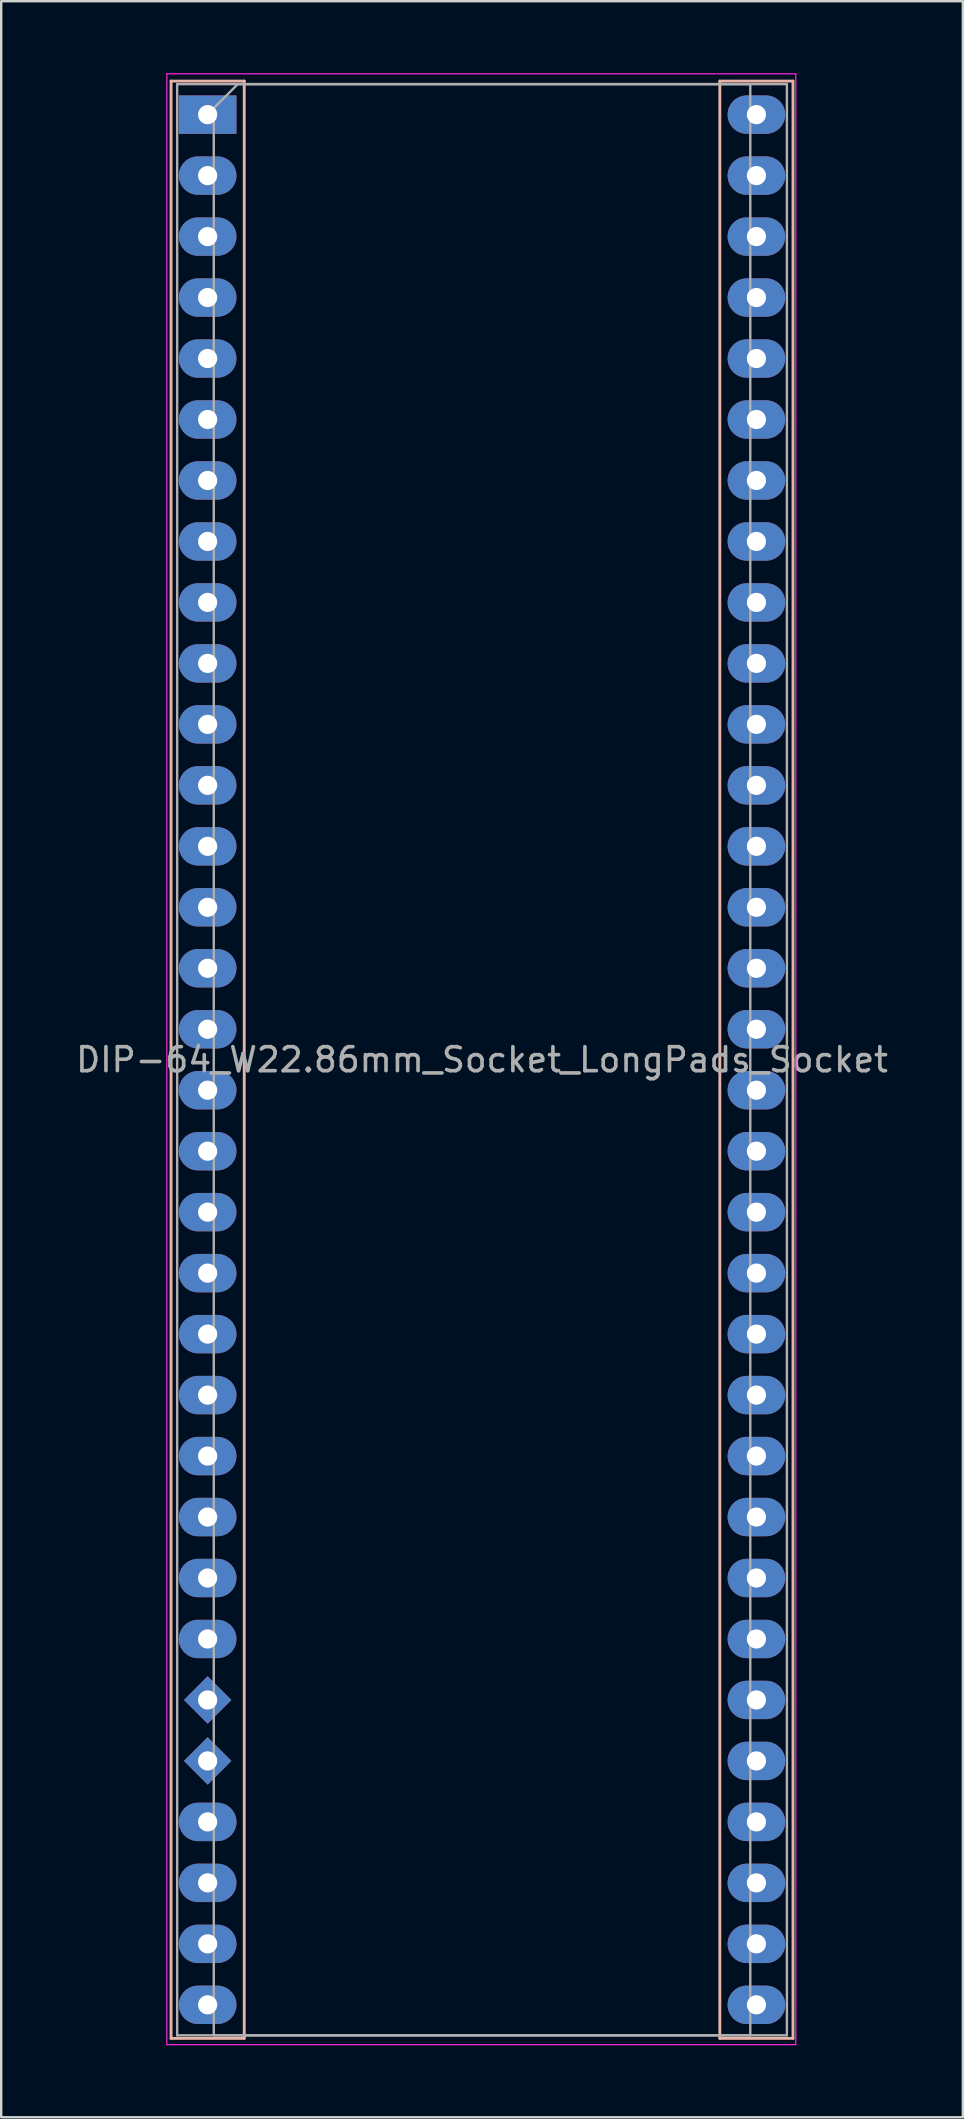
<source format=kicad_pcb>
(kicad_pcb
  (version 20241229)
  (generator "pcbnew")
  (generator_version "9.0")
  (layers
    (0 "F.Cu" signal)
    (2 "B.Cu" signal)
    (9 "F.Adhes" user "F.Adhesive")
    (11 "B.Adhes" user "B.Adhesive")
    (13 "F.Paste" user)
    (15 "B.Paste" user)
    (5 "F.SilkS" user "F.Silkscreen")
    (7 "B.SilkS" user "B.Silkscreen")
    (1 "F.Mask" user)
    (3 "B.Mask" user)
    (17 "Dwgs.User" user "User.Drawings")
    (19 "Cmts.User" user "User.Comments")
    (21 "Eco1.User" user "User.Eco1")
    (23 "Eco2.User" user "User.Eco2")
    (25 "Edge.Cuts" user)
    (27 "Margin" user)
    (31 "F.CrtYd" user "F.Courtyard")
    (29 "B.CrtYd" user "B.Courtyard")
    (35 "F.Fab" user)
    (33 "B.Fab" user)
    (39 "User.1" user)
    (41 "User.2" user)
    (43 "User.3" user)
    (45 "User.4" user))
  (footprint "DIP-64_W22.86mm_Socket_LongPads_Socket"
    (layer "F.Cu")
    (at 5.6 1.725)
    (property "Reference" "DIP-64_W22.86mm_Socket_LongPads_Socket" (at 11.43 39.37 0) (layer "F.Fab") (effects (font (size 1 1) (thickness 0.15))))
    (attr through_hole)
    (fp_line (start -1.524 -1.397) (end -1.524 80.137) (stroke (width 0.12) (type solid)) (layer "B.SilkS"))
    (fp_line (start -1.524 80.137) (end 1.524 80.137) (stroke (width 0.12) (type solid)) (layer "B.SilkS"))
    (fp_line (start 1.524 -1.397) (end -1.524 -1.397) (stroke (width 0.12) (type solid)) (layer "B.SilkS"))
    (fp_line (start 1.524 -1.397) (end 1.524 80.137) (stroke (width 0.12) (type solid)) (layer "B.SilkS"))
    (fp_line (start 21.336 80.137) (end 21.336 -1.397) (stroke (width 0.12) (type solid)) (layer "B.SilkS"))
    (fp_line (start 24.384 -1.397) (end 21.336 -1.397) (stroke (width 0.12) (type solid)) (layer "B.SilkS"))
    (fp_line (start 24.384 80.137) (end 21.336 80.137) (stroke (width 0.12) (type solid)) (layer "B.SilkS"))
    (fp_line (start 24.384 80.137) (end 24.384 -1.397) (stroke (width 0.12) (type solid)) (layer "B.SilkS"))
    (fp_line (start -1.7 -1.7) (end -1.7 80.4) (stroke (width 0.05) (type solid)) (layer "F.CrtYd"))
    (fp_line (start -1.7 80.4) (end 24.5 80.4) (stroke (width 0.05) (type solid)) (layer "F.CrtYd"))
    (fp_line (start 24.5 -1.7) (end -1.7 -1.7) (stroke (width 0.05) (type solid)) (layer "F.CrtYd"))
    (fp_line (start 24.5 80.4) (end 24.5 -1.7) (stroke (width 0.05) (type solid)) (layer "F.CrtYd"))
    (fp_line (start -1.27 -1.27) (end -1.27 80.01) (stroke (width 0.1) (type solid)) (layer "F.Fab"))
    (fp_line (start -1.27 80.01) (end 24.13 80.01) (stroke (width 0.1) (type solid)) (layer "F.Fab"))
    (fp_line (start 0.255 -0.27) (end 1.255 -1.27) (stroke (width 0.1) (type solid)) (layer "F.Fab"))
    (fp_line (start 0.255 80.01) (end 0.255 -0.27) (stroke (width 0.1) (type solid)) (layer "F.Fab"))
    (fp_line (start 1.255 -1.27) (end 22.605 -1.27) (stroke (width 0.1) (type solid)) (layer "F.Fab"))
    (fp_line (start 22.605 -1.27) (end 22.605 80.01) (stroke (width 0.1) (type solid)) (layer "F.Fab"))
    (fp_line (start 22.605 80.01) (end 0.255 80.01) (stroke (width 0.1) (type solid)) (layer "F.Fab"))
    (fp_line (start 24.13 -1.27) (end -1.27 -1.27) (stroke (width 0.1) (type solid)) (layer "F.Fab"))
    (fp_line (start 24.13 80.01) (end 24.13 -1.27) (stroke (width 0.1) (type solid)) (layer "F.Fab"))
    (pad "1" thru_hole rect (at 0 0) (size 2.4 1.6) (drill 0.8) (layers "*.Cu" "*.Mask"))
    (pad "2" thru_hole oval (at 0 2.54) (size 2.4 1.6) (drill 0.8) (layers "*.Cu" "*.Mask"))
    (pad "3" thru_hole oval (at 0 5.08) (size 2.4 1.6) (drill 0.8) (layers "*.Cu" "*.Mask"))
    (pad "4" thru_hole oval (at 0 7.62) (size 2.4 1.6) (drill 0.8) (layers "*.Cu" "*.Mask"))
    (pad "5" thru_hole oval (at 0 10.16) (size 2.4 1.6) (drill 0.8) (layers "*.Cu" "*.Mask"))
    (pad "6" thru_hole oval (at 0 12.7) (size 2.4 1.6) (drill 0.8) (layers "*.Cu" "*.Mask"))
    (pad "7" thru_hole oval (at 0 15.24) (size 2.4 1.6) (drill 0.8) (layers "*.Cu" "*.Mask"))
    (pad "8" thru_hole oval (at 0 17.78) (size 2.4 1.6) (drill 0.8) (layers "*.Cu" "*.Mask"))
    (pad "9" thru_hole oval (at 0 20.32) (size 2.4 1.6) (drill 0.8) (layers "*.Cu" "*.Mask"))
    (pad "10" thru_hole oval (at 0 22.86) (size 2.4 1.6) (drill 0.8) (layers "*.Cu" "*.Mask"))
    (pad "11" thru_hole oval (at 0 25.4) (size 2.4 1.6) (drill 0.8) (layers "*.Cu" "*.Mask"))
    (pad "12" thru_hole oval (at 0 27.94) (size 2.4 1.6) (drill 0.8) (layers "*.Cu" "*.Mask"))
    (pad "13" thru_hole oval (at 0 30.48) (size 2.4 1.6) (drill 0.8) (layers "*.Cu" "*.Mask"))
    (pad "14" thru_hole oval (at 0 33.02) (size 2.4 1.6) (drill 0.8) (layers "*.Cu" "*.Mask"))
    (pad "15" thru_hole oval (at 0 35.56) (size 2.4 1.6) (drill 0.8) (layers "*.Cu" "*.Mask"))
    (pad "16" thru_hole oval (at 0 38.1) (size 2.4 1.6) (drill 0.8) (layers "*.Cu" "*.Mask"))
    (pad "17" thru_hole oval (at 0 40.64) (size 2.4 1.6) (drill 0.8) (layers "*.Cu" "*.Mask"))
    (pad "18" thru_hole oval (at 0 43.18) (size 2.4 1.6) (drill 0.8) (layers "*.Cu" "*.Mask"))
    (pad "19" thru_hole oval (at 0 45.72) (size 2.4 1.6) (drill 0.8) (layers "*.Cu" "*.Mask"))
    (pad "20" thru_hole oval (at 0 48.26) (size 2.4 1.6) (drill 0.8) (layers "*.Cu" "*.Mask"))
    (pad "21" thru_hole oval (at 0 50.8) (size 2.4 1.6) (drill 0.8) (layers "*.Cu" "*.Mask"))
    (pad "22" thru_hole oval (at 0 53.34) (size 2.4 1.6) (drill 0.8) (layers "*.Cu" "*.Mask"))
    (pad "23" thru_hole oval (at 0 55.88) (size 2.4 1.6) (drill 0.8) (layers "*.Cu" "*.Mask"))
    (pad "24" thru_hole oval (at 0 58.42) (size 2.4 1.6) (drill 0.8) (layers "*.Cu" "*.Mask"))
    (pad "25" thru_hole oval (at 0 60.96) (size 2.4 1.6) (drill 0.8) (layers "*.Cu" "*.Mask"))
    (pad "26" thru_hole oval (at 0 63.5) (size 2.4 1.6) (drill 0.8) (layers "*.Cu" "*.Mask"))
    (pad "27" thru_hole trapezoid (at 0 66.04 45) (size 1.4 1.4) (drill 0.8) (layers "*.Cu" "*.Mask"))
    (pad "28" thru_hole trapezoid (at 0 68.58 45) (size 1.4 1.4) (drill 0.8) (layers "*.Cu" "*.Mask"))
    (pad "29" thru_hole oval (at 0 71.12) (size 2.4 1.6) (drill 0.8) (layers "*.Cu" "*.Mask"))
    (pad "30" thru_hole oval (at 0 73.66) (size 2.4 1.6) (drill 0.8) (layers "*.Cu" "*.Mask"))
    (pad "31" thru_hole oval (at 0 76.2) (size 2.4 1.6) (drill 0.8) (layers "*.Cu" "*.Mask"))
    (pad "32" thru_hole oval (at 0 78.74) (size 2.4 1.6) (drill 0.8) (layers "*.Cu" "*.Mask"))
    (pad "33" thru_hole oval (at 22.86 78.74) (size 2.4 1.6) (drill 0.8) (layers "*.Cu" "*.Mask"))
    (pad "34" thru_hole oval (at 22.86 76.2) (size 2.4 1.6) (drill 0.8) (layers "*.Cu" "*.Mask"))
    (pad "35" thru_hole oval (at 22.86 73.66) (size 2.4 1.6) (drill 0.8) (layers "*.Cu" "*.Mask"))
    (pad "36" thru_hole oval (at 22.86 71.12) (size 2.4 1.6) (drill 0.8) (layers "*.Cu" "*.Mask"))
    (pad "37" thru_hole oval (at 22.86 68.58) (size 2.4 1.6) (drill 0.8) (layers "*.Cu" "*.Mask"))
    (pad "38" thru_hole oval (at 22.86 66.04) (size 2.4 1.6) (drill 0.8) (layers "*.Cu" "*.Mask"))
    (pad "39" thru_hole oval (at 22.86 63.5) (size 2.4 1.6) (drill 0.8) (layers "*.Cu" "*.Mask"))
    (pad "40" thru_hole oval (at 22.86 60.96) (size 2.4 1.6) (drill 0.8) (layers "*.Cu" "*.Mask"))
    (pad "41" thru_hole oval (at 22.86 58.42) (size 2.4 1.6) (drill 0.8) (layers "*.Cu" "*.Mask"))
    (pad "42" thru_hole oval (at 22.86 55.88) (size 2.4 1.6) (drill 0.8) (layers "*.Cu" "*.Mask"))
    (pad "43" thru_hole oval (at 22.86 53.34) (size 2.4 1.6) (drill 0.8) (layers "*.Cu" "*.Mask"))
    (pad "44" thru_hole oval (at 22.86 50.8) (size 2.4 1.6) (drill 0.8) (layers "*.Cu" "*.Mask"))
    (pad "45" thru_hole oval (at 22.86 48.26) (size 2.4 1.6) (drill 0.8) (layers "*.Cu" "*.Mask"))
    (pad "46" thru_hole oval (at 22.86 45.72) (size 2.4 1.6) (drill 0.8) (layers "*.Cu" "*.Mask"))
    (pad "47" thru_hole oval (at 22.86 43.18) (size 2.4 1.6) (drill 0.8) (layers "*.Cu" "*.Mask"))
    (pad "48" thru_hole oval (at 22.86 40.64) (size 2.4 1.6) (drill 0.8) (layers "*.Cu" "*.Mask"))
    (pad "49" thru_hole oval (at 22.86 38.1) (size 2.4 1.6) (drill 0.8) (layers "*.Cu" "*.Mask"))
    (pad "50" thru_hole oval (at 22.86 35.56) (size 2.4 1.6) (drill 0.8) (layers "*.Cu" "*.Mask"))
    (pad "51" thru_hole oval (at 22.86 33.02) (size 2.4 1.6) (drill 0.8) (layers "*.Cu" "*.Mask"))
    (pad "52" thru_hole oval (at 22.86 30.48) (size 2.4 1.6) (drill 0.8) (layers "*.Cu" "*.Mask"))
    (pad "53" thru_hole oval (at 22.86 27.94) (size 2.4 1.6) (drill 0.8) (layers "*.Cu" "*.Mask"))
    (pad "54" thru_hole oval (at 22.86 25.4) (size 2.4 1.6) (drill 0.8) (layers "*.Cu" "*.Mask"))
    (pad "55" thru_hole oval (at 22.86 22.86) (size 2.4 1.6) (drill 0.8) (layers "*.Cu" "*.Mask"))
    (pad "56" thru_hole oval (at 22.86 20.32) (size 2.4 1.6) (drill 0.8) (layers "*.Cu" "*.Mask"))
    (pad "57" thru_hole oval (at 22.86 17.78) (size 2.4 1.6) (drill 0.8) (layers "*.Cu" "*.Mask"))
    (pad "58" thru_hole oval (at 22.86 15.24) (size 2.4 1.6) (drill 0.8) (layers "*.Cu" "*.Mask"))
    (pad "59" thru_hole oval (at 22.86 12.7) (size 2.4 1.6) (drill 0.8) (layers "*.Cu" "*.Mask"))
    (pad "60" thru_hole oval (at 22.86 10.16) (size 2.4 1.6) (drill 0.8) (layers "*.Cu" "*.Mask"))
    (pad "61" thru_hole oval (at 22.86 7.62) (size 2.4 1.6) (drill 0.8) (layers "*.Cu" "*.Mask"))
    (pad "62" thru_hole oval (at 22.86 5.08) (size 2.4 1.6) (drill 0.8) (layers "*.Cu" "*.Mask"))
    (pad "63" thru_hole oval (at 22.86 2.54) (size 2.4 1.6) (drill 0.8) (layers "*.Cu" "*.Mask"))
    (pad "64" thru_hole oval (at 22.86 0) (size 2.4 1.6) (drill 0.8) (layers "*.Cu" "*.Mask")))
  (gr_rect
    (start -3 -3)
    (end 37.06 85.15)
    (stroke (width 0.1) (type default))
    (fill no)
    (layer "Edge.Cuts")))
</source>
